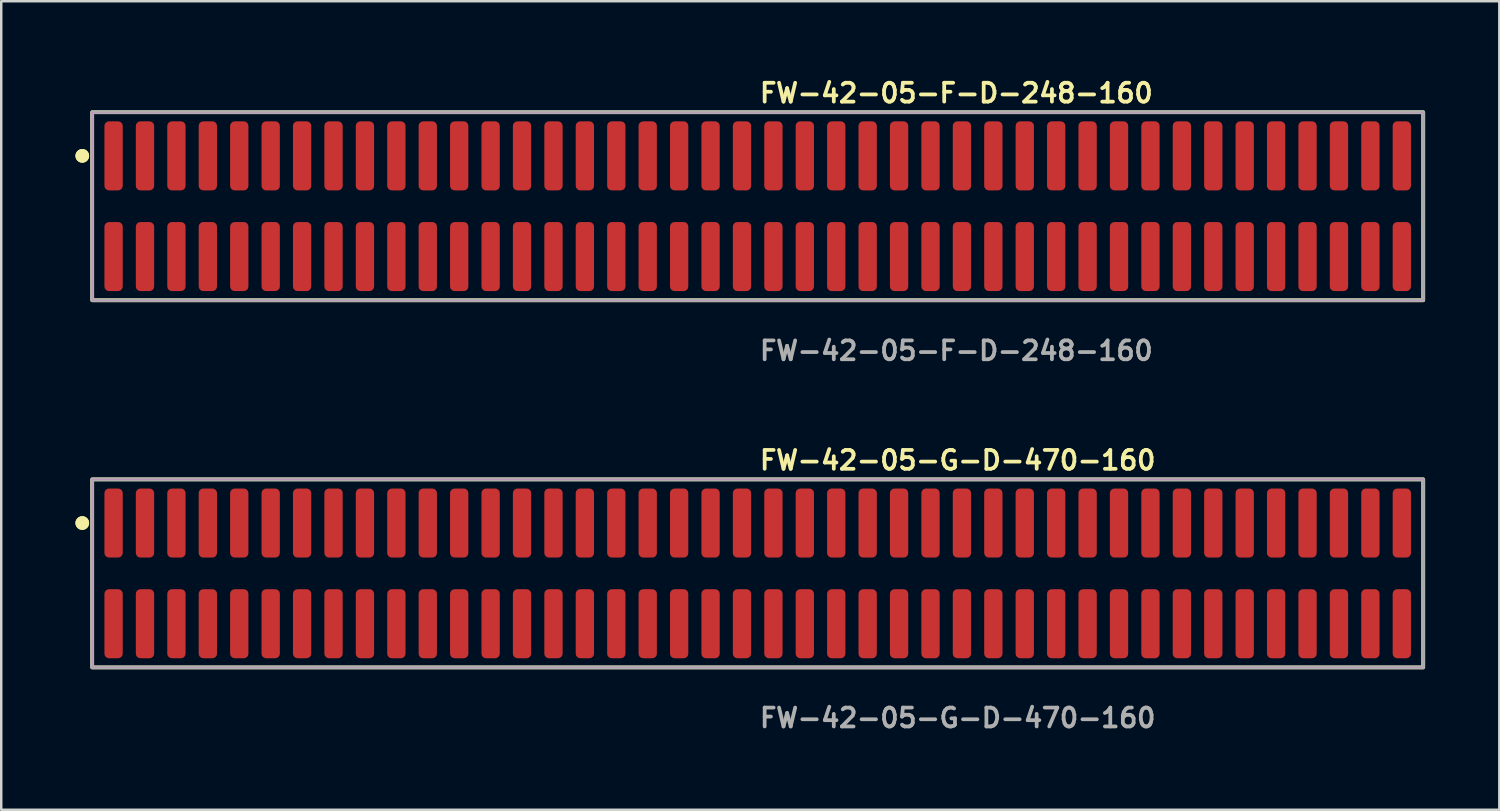
<source format=kicad_pcb>
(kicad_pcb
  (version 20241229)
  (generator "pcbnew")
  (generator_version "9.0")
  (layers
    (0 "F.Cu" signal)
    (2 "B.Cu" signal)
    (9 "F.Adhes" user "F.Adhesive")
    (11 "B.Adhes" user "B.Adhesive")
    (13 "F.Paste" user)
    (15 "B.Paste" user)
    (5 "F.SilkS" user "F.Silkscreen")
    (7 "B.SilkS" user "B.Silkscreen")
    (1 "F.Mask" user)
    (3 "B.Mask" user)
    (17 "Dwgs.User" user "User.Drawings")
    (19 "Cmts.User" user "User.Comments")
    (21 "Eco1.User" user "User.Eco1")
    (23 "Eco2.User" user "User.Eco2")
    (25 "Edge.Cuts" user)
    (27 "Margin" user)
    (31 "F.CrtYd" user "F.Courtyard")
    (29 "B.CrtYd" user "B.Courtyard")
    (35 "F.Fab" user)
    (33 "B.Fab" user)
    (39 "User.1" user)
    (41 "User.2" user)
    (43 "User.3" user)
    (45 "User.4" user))
  (footprint "FW-42-05-F-D-248-160"
    (layer "F.Cu")
    (at 27.576 5.285)
    (property "Reference" "FW-42-05-F-D-248-160" (at 0 -4.572 0) (unlocked yes) (layer "F.SilkS") (effects (font (size 0.762 0.762) (thickness 0.152)) (justify left)))
    (fp_rect (start -26.9 3.8) (end 26.9 -3.8) (stroke (width 0.152) (type solid)) (fill no) (layer "F.SilkS"))
    (fp_circle (center -27.3 -2.035) (end -27.5 -2.035) (stroke (width 0.152) (type solid)) (fill yes) (layer "F.SilkS"))
    (fp_circle (center -27.3 -2.035) (end -27.5 -2.035) (stroke (width 0.152) (type solid)) (fill yes) (layer "F.SilkS"))
    (fp_rect (start -26.9 3.8) (end 26.9 -3.8) (stroke (width 0.006) (type solid)) (fill no) (layer "F.CrtYd"))
    (fp_rect (start -26.9 3.8) (end 26.9 -3.8) (stroke (width 0.152) (type solid)) (fill no) (layer "F.Fab"))
    (fp_text user "${REFERENCE}" (at 0 5.842 0) (unlocked yes) (layer "F.Fab") (effects (font (size 0.762 0.762) (thickness 0.152)) (justify left)))
    (pad "1" smd roundrect (at -26.035 -2.035) (size 0.74 2.79) (layers "F.Cu" "F.Paste") (roundrect_rratio 0.25))
    (pad "2" smd roundrect (at -26.035 2.035) (size 0.74 2.79) (layers "F.Cu" "F.Paste") (roundrect_rratio 0.25))
    (pad "3" smd roundrect (at -24.765 -2.035) (size 0.74 2.79) (layers "F.Cu" "F.Paste") (roundrect_rratio 0.25))
    (pad "4" smd roundrect (at -24.765 2.035) (size 0.74 2.79) (layers "F.Cu" "F.Paste") (roundrect_rratio 0.25))
    (pad "5" smd roundrect (at -23.495 -2.035) (size 0.74 2.79) (layers "F.Cu" "F.Paste") (roundrect_rratio 0.25))
    (pad "6" smd roundrect (at -23.495 2.035) (size 0.74 2.79) (layers "F.Cu" "F.Paste") (roundrect_rratio 0.25))
    (pad "7" smd roundrect (at -22.225 -2.035) (size 0.74 2.79) (layers "F.Cu" "F.Paste") (roundrect_rratio 0.25))
    (pad "8" smd roundrect (at -22.225 2.035) (size 0.74 2.79) (layers "F.Cu" "F.Paste") (roundrect_rratio 0.25))
    (pad "9" smd roundrect (at -20.955 -2.035) (size 0.74 2.79) (layers "F.Cu" "F.Paste") (roundrect_rratio 0.25))
    (pad "10" smd roundrect (at -20.955 2.035) (size 0.74 2.79) (layers "F.Cu" "F.Paste") (roundrect_rratio 0.25))
    (pad "11" smd roundrect (at -19.685 -2.035) (size 0.74 2.79) (layers "F.Cu" "F.Paste") (roundrect_rratio 0.25))
    (pad "12" smd roundrect (at -19.685 2.035) (size 0.74 2.79) (layers "F.Cu" "F.Paste") (roundrect_rratio 0.25))
    (pad "13" smd roundrect (at -18.415 -2.035) (size 0.74 2.79) (layers "F.Cu" "F.Paste") (roundrect_rratio 0.25))
    (pad "14" smd roundrect (at -18.415 2.035) (size 0.74 2.79) (layers "F.Cu" "F.Paste") (roundrect_rratio 0.25))
    (pad "15" smd roundrect (at -17.145 -2.035) (size 0.74 2.79) (layers "F.Cu" "F.Paste") (roundrect_rratio 0.25))
    (pad "16" smd roundrect (at -17.145 2.035) (size 0.74 2.79) (layers "F.Cu" "F.Paste") (roundrect_rratio 0.25))
    (pad "17" smd roundrect (at -15.875 -2.035) (size 0.74 2.79) (layers "F.Cu" "F.Paste") (roundrect_rratio 0.25))
    (pad "18" smd roundrect (at -15.875 2.035) (size 0.74 2.79) (layers "F.Cu" "F.Paste") (roundrect_rratio 0.25))
    (pad "19" smd roundrect (at -14.605 -2.035) (size 0.74 2.79) (layers "F.Cu" "F.Paste") (roundrect_rratio 0.25))
    (pad "20" smd roundrect (at -14.605 2.035) (size 0.74 2.79) (layers "F.Cu" "F.Paste") (roundrect_rratio 0.25))
    (pad "21" smd roundrect (at -13.335 -2.035) (size 0.74 2.79) (layers "F.Cu" "F.Paste") (roundrect_rratio 0.25))
    (pad "22" smd roundrect (at -13.335 2.035) (size 0.74 2.79) (layers "F.Cu" "F.Paste") (roundrect_rratio 0.25))
    (pad "23" smd roundrect (at -12.065 -2.035) (size 0.74 2.79) (layers "F.Cu" "F.Paste") (roundrect_rratio 0.25))
    (pad "24" smd roundrect (at -12.065 2.035) (size 0.74 2.79) (layers "F.Cu" "F.Paste") (roundrect_rratio 0.25))
    (pad "25" smd roundrect (at -10.795 -2.035) (size 0.74 2.79) (layers "F.Cu" "F.Paste") (roundrect_rratio 0.25))
    (pad "26" smd roundrect (at -10.795 2.035) (size 0.74 2.79) (layers "F.Cu" "F.Paste") (roundrect_rratio 0.25))
    (pad "27" smd roundrect (at -9.525 -2.035) (size 0.74 2.79) (layers "F.Cu" "F.Paste") (roundrect_rratio 0.25))
    (pad "28" smd roundrect (at -9.525 2.035) (size 0.74 2.79) (layers "F.Cu" "F.Paste") (roundrect_rratio 0.25))
    (pad "29" smd roundrect (at -8.255 -2.035) (size 0.74 2.79) (layers "F.Cu" "F.Paste") (roundrect_rratio 0.25))
    (pad "30" smd roundrect (at -8.255 2.035) (size 0.74 2.79) (layers "F.Cu" "F.Paste") (roundrect_rratio 0.25))
    (pad "31" smd roundrect (at -6.985 -2.035) (size 0.74 2.79) (layers "F.Cu" "F.Paste") (roundrect_rratio 0.25))
    (pad "32" smd roundrect (at -6.985 2.035) (size 0.74 2.79) (layers "F.Cu" "F.Paste") (roundrect_rratio 0.25))
    (pad "33" smd roundrect (at -5.715 -2.035) (size 0.74 2.79) (layers "F.Cu" "F.Paste") (roundrect_rratio 0.25))
    (pad "34" smd roundrect (at -5.715 2.035) (size 0.74 2.79) (layers "F.Cu" "F.Paste") (roundrect_rratio 0.25))
    (pad "35" smd roundrect (at -4.445 -2.035) (size 0.74 2.79) (layers "F.Cu" "F.Paste") (roundrect_rratio 0.25))
    (pad "36" smd roundrect (at -4.445 2.035) (size 0.74 2.79) (layers "F.Cu" "F.Paste") (roundrect_rratio 0.25))
    (pad "37" smd roundrect (at -3.175 -2.035) (size 0.74 2.79) (layers "F.Cu" "F.Paste") (roundrect_rratio 0.25))
    (pad "38" smd roundrect (at -3.175 2.035) (size 0.74 2.79) (layers "F.Cu" "F.Paste") (roundrect_rratio 0.25))
    (pad "39" smd roundrect (at -1.905 -2.035) (size 0.74 2.79) (layers "F.Cu" "F.Paste") (roundrect_rratio 0.25))
    (pad "40" smd roundrect (at -1.905 2.035) (size 0.74 2.79) (layers "F.Cu" "F.Paste") (roundrect_rratio 0.25))
    (pad "41" smd roundrect (at -0.635 -2.035) (size 0.74 2.79) (layers "F.Cu" "F.Paste") (roundrect_rratio 0.25))
    (pad "42" smd roundrect (at -0.635 2.035) (size 0.74 2.79) (layers "F.Cu" "F.Paste") (roundrect_rratio 0.25))
    (pad "43" smd roundrect (at 0.635 -2.035) (size 0.74 2.79) (layers "F.Cu" "F.Paste") (roundrect_rratio 0.25))
    (pad "44" smd roundrect (at 0.635 2.035) (size 0.74 2.79) (layers "F.Cu" "F.Paste") (roundrect_rratio 0.25))
    (pad "45" smd roundrect (at 1.905 -2.035) (size 0.74 2.79) (layers "F.Cu" "F.Paste") (roundrect_rratio 0.25))
    (pad "46" smd roundrect (at 1.905 2.035) (size 0.74 2.79) (layers "F.Cu" "F.Paste") (roundrect_rratio 0.25))
    (pad "47" smd roundrect (at 3.175 -2.035) (size 0.74 2.79) (layers "F.Cu" "F.Paste") (roundrect_rratio 0.25))
    (pad "48" smd roundrect (at 3.175 2.035) (size 0.74 2.79) (layers "F.Cu" "F.Paste") (roundrect_rratio 0.25))
    (pad "49" smd roundrect (at 4.445 -2.035) (size 0.74 2.79) (layers "F.Cu" "F.Paste") (roundrect_rratio 0.25))
    (pad "50" smd roundrect (at 4.445 2.035) (size 0.74 2.79) (layers "F.Cu" "F.Paste") (roundrect_rratio 0.25))
    (pad "51" smd roundrect (at 5.715 -2.035) (size 0.74 2.79) (layers "F.Cu" "F.Paste") (roundrect_rratio 0.25))
    (pad "52" smd roundrect (at 5.715 2.035) (size 0.74 2.79) (layers "F.Cu" "F.Paste") (roundrect_rratio 0.25))
    (pad "53" smd roundrect (at 6.985 -2.035) (size 0.74 2.79) (layers "F.Cu" "F.Paste") (roundrect_rratio 0.25))
    (pad "54" smd roundrect (at 6.985 2.035) (size 0.74 2.79) (layers "F.Cu" "F.Paste") (roundrect_rratio 0.25))
    (pad "55" smd roundrect (at 8.255 -2.035) (size 0.74 2.79) (layers "F.Cu" "F.Paste") (roundrect_rratio 0.25))
    (pad "56" smd roundrect (at 8.255 2.035) (size 0.74 2.79) (layers "F.Cu" "F.Paste") (roundrect_rratio 0.25))
    (pad "57" smd roundrect (at 9.525 -2.035) (size 0.74 2.79) (layers "F.Cu" "F.Paste") (roundrect_rratio 0.25))
    (pad "58" smd roundrect (at 9.525 2.035) (size 0.74 2.79) (layers "F.Cu" "F.Paste") (roundrect_rratio 0.25))
    (pad "59" smd roundrect (at 10.795 -2.035) (size 0.74 2.79) (layers "F.Cu" "F.Paste") (roundrect_rratio 0.25))
    (pad "60" smd roundrect (at 10.795 2.035) (size 0.74 2.79) (layers "F.Cu" "F.Paste") (roundrect_rratio 0.25))
    (pad "61" smd roundrect (at 12.065 -2.035) (size 0.74 2.79) (layers "F.Cu" "F.Paste") (roundrect_rratio 0.25))
    (pad "62" smd roundrect (at 12.065 2.035) (size 0.74 2.79) (layers "F.Cu" "F.Paste") (roundrect_rratio 0.25))
    (pad "63" smd roundrect (at 13.335 -2.035) (size 0.74 2.79) (layers "F.Cu" "F.Paste") (roundrect_rratio 0.25))
    (pad "64" smd roundrect (at 13.335 2.035) (size 0.74 2.79) (layers "F.Cu" "F.Paste") (roundrect_rratio 0.25))
    (pad "65" smd roundrect (at 14.605 -2.035) (size 0.74 2.79) (layers "F.Cu" "F.Paste") (roundrect_rratio 0.25))
    (pad "66" smd roundrect (at 14.605 2.035) (size 0.74 2.79) (layers "F.Cu" "F.Paste") (roundrect_rratio 0.25))
    (pad "67" smd roundrect (at 15.875 -2.035) (size 0.74 2.79) (layers "F.Cu" "F.Paste") (roundrect_rratio 0.25))
    (pad "68" smd roundrect (at 15.875 2.035) (size 0.74 2.79) (layers "F.Cu" "F.Paste") (roundrect_rratio 0.25))
    (pad "69" smd roundrect (at 17.145 -2.035) (size 0.74 2.79) (layers "F.Cu" "F.Paste") (roundrect_rratio 0.25))
    (pad "70" smd roundrect (at 17.145 2.035) (size 0.74 2.79) (layers "F.Cu" "F.Paste") (roundrect_rratio 0.25))
    (pad "71" smd roundrect (at 18.415 -2.035) (size 0.74 2.79) (layers "F.Cu" "F.Paste") (roundrect_rratio 0.25))
    (pad "72" smd roundrect (at 18.415 2.035) (size 0.74 2.79) (layers "F.Cu" "F.Paste") (roundrect_rratio 0.25))
    (pad "73" smd roundrect (at 19.685 -2.035) (size 0.74 2.79) (layers "F.Cu" "F.Paste") (roundrect_rratio 0.25))
    (pad "74" smd roundrect (at 19.685 2.035) (size 0.74 2.79) (layers "F.Cu" "F.Paste") (roundrect_rratio 0.25))
    (pad "75" smd roundrect (at 20.955 -2.035) (size 0.74 2.79) (layers "F.Cu" "F.Paste") (roundrect_rratio 0.25))
    (pad "76" smd roundrect (at 20.955 2.035) (size 0.74 2.79) (layers "F.Cu" "F.Paste") (roundrect_rratio 0.25))
    (pad "77" smd roundrect (at 22.225 -2.035) (size 0.74 2.79) (layers "F.Cu" "F.Paste") (roundrect_rratio 0.25))
    (pad "78" smd roundrect (at 22.225 2.035) (size 0.74 2.79) (layers "F.Cu" "F.Paste") (roundrect_rratio 0.25))
    (pad "79" smd roundrect (at 23.495 -2.035) (size 0.74 2.79) (layers "F.Cu" "F.Paste") (roundrect_rratio 0.25))
    (pad "80" smd roundrect (at 23.495 2.035) (size 0.74 2.79) (layers "F.Cu" "F.Paste") (roundrect_rratio 0.25))
    (pad "81" smd roundrect (at 24.765 -2.035) (size 0.74 2.79) (layers "F.Cu" "F.Paste") (roundrect_rratio 0.25))
    (pad "82" smd roundrect (at 24.765 2.035) (size 0.74 2.79) (layers "F.Cu" "F.Paste") (roundrect_rratio 0.25))
    (pad "83" smd roundrect (at 26.035 -2.035) (size 0.74 2.79) (layers "F.Cu" "F.Paste") (roundrect_rratio 0.25))
    (pad "84" smd roundrect (at 26.035 2.035) (size 0.74 2.79) (layers "F.Cu" "F.Paste") (roundrect_rratio 0.25)))
  (footprint "FW-42-05-G-D-470-160"
    (layer "F.Cu")
    (at 27.576 20.126)
    (property "Reference" "FW-42-05-G-D-470-160" (at 0 -4.572 0) (unlocked yes) (layer "F.SilkS") (effects (font (size 0.762 0.762) (thickness 0.152)) (justify left)))
    (fp_rect (start -26.9 3.8) (end 26.9 -3.8) (stroke (width 0.152) (type solid)) (fill no) (layer "F.SilkS"))
    (fp_circle (center -27.3 -2.035) (end -27.5 -2.035) (stroke (width 0.152) (type solid)) (fill yes) (layer "F.SilkS"))
    (fp_circle (center -27.3 -2.035) (end -27.5 -2.035) (stroke (width 0.152) (type solid)) (fill yes) (layer "F.SilkS"))
    (fp_rect (start -26.9 3.8) (end 26.9 -3.8) (stroke (width 0.006) (type solid)) (fill no) (layer "F.CrtYd"))
    (fp_rect (start -26.9 3.8) (end 26.9 -3.8) (stroke (width 0.152) (type solid)) (fill no) (layer "F.Fab"))
    (fp_text user "${REFERENCE}" (at 0 5.842 0) (unlocked yes) (layer "F.Fab") (effects (font (size 0.762 0.762) (thickness 0.152)) (justify left)))
    (pad "1" smd roundrect (at -26.035 -2.035) (size 0.74 2.79) (layers "F.Cu" "F.Paste") (roundrect_rratio 0.25))
    (pad "2" smd roundrect (at -26.035 2.035) (size 0.74 2.79) (layers "F.Cu" "F.Paste") (roundrect_rratio 0.25))
    (pad "3" smd roundrect (at -24.765 -2.035) (size 0.74 2.79) (layers "F.Cu" "F.Paste") (roundrect_rratio 0.25))
    (pad "4" smd roundrect (at -24.765 2.035) (size 0.74 2.79) (layers "F.Cu" "F.Paste") (roundrect_rratio 0.25))
    (pad "5" smd roundrect (at -23.495 -2.035) (size 0.74 2.79) (layers "F.Cu" "F.Paste") (roundrect_rratio 0.25))
    (pad "6" smd roundrect (at -23.495 2.035) (size 0.74 2.79) (layers "F.Cu" "F.Paste") (roundrect_rratio 0.25))
    (pad "7" smd roundrect (at -22.225 -2.035) (size 0.74 2.79) (layers "F.Cu" "F.Paste") (roundrect_rratio 0.25))
    (pad "8" smd roundrect (at -22.225 2.035) (size 0.74 2.79) (layers "F.Cu" "F.Paste") (roundrect_rratio 0.25))
    (pad "9" smd roundrect (at -20.955 -2.035) (size 0.74 2.79) (layers "F.Cu" "F.Paste") (roundrect_rratio 0.25))
    (pad "10" smd roundrect (at -20.955 2.035) (size 0.74 2.79) (layers "F.Cu" "F.Paste") (roundrect_rratio 0.25))
    (pad "11" smd roundrect (at -19.685 -2.035) (size 0.74 2.79) (layers "F.Cu" "F.Paste") (roundrect_rratio 0.25))
    (pad "12" smd roundrect (at -19.685 2.035) (size 0.74 2.79) (layers "F.Cu" "F.Paste") (roundrect_rratio 0.25))
    (pad "13" smd roundrect (at -18.415 -2.035) (size 0.74 2.79) (layers "F.Cu" "F.Paste") (roundrect_rratio 0.25))
    (pad "14" smd roundrect (at -18.415 2.035) (size 0.74 2.79) (layers "F.Cu" "F.Paste") (roundrect_rratio 0.25))
    (pad "15" smd roundrect (at -17.145 -2.035) (size 0.74 2.79) (layers "F.Cu" "F.Paste") (roundrect_rratio 0.25))
    (pad "16" smd roundrect (at -17.145 2.035) (size 0.74 2.79) (layers "F.Cu" "F.Paste") (roundrect_rratio 0.25))
    (pad "17" smd roundrect (at -15.875 -2.035) (size 0.74 2.79) (layers "F.Cu" "F.Paste") (roundrect_rratio 0.25))
    (pad "18" smd roundrect (at -15.875 2.035) (size 0.74 2.79) (layers "F.Cu" "F.Paste") (roundrect_rratio 0.25))
    (pad "19" smd roundrect (at -14.605 -2.035) (size 0.74 2.79) (layers "F.Cu" "F.Paste") (roundrect_rratio 0.25))
    (pad "20" smd roundrect (at -14.605 2.035) (size 0.74 2.79) (layers "F.Cu" "F.Paste") (roundrect_rratio 0.25))
    (pad "21" smd roundrect (at -13.335 -2.035) (size 0.74 2.79) (layers "F.Cu" "F.Paste") (roundrect_rratio 0.25))
    (pad "22" smd roundrect (at -13.335 2.035) (size 0.74 2.79) (layers "F.Cu" "F.Paste") (roundrect_rratio 0.25))
    (pad "23" smd roundrect (at -12.065 -2.035) (size 0.74 2.79) (layers "F.Cu" "F.Paste") (roundrect_rratio 0.25))
    (pad "24" smd roundrect (at -12.065 2.035) (size 0.74 2.79) (layers "F.Cu" "F.Paste") (roundrect_rratio 0.25))
    (pad "25" smd roundrect (at -10.795 -2.035) (size 0.74 2.79) (layers "F.Cu" "F.Paste") (roundrect_rratio 0.25))
    (pad "26" smd roundrect (at -10.795 2.035) (size 0.74 2.79) (layers "F.Cu" "F.Paste") (roundrect_rratio 0.25))
    (pad "27" smd roundrect (at -9.525 -2.035) (size 0.74 2.79) (layers "F.Cu" "F.Paste") (roundrect_rratio 0.25))
    (pad "28" smd roundrect (at -9.525 2.035) (size 0.74 2.79) (layers "F.Cu" "F.Paste") (roundrect_rratio 0.25))
    (pad "29" smd roundrect (at -8.255 -2.035) (size 0.74 2.79) (layers "F.Cu" "F.Paste") (roundrect_rratio 0.25))
    (pad "30" smd roundrect (at -8.255 2.035) (size 0.74 2.79) (layers "F.Cu" "F.Paste") (roundrect_rratio 0.25))
    (pad "31" smd roundrect (at -6.985 -2.035) (size 0.74 2.79) (layers "F.Cu" "F.Paste") (roundrect_rratio 0.25))
    (pad "32" smd roundrect (at -6.985 2.035) (size 0.74 2.79) (layers "F.Cu" "F.Paste") (roundrect_rratio 0.25))
    (pad "33" smd roundrect (at -5.715 -2.035) (size 0.74 2.79) (layers "F.Cu" "F.Paste") (roundrect_rratio 0.25))
    (pad "34" smd roundrect (at -5.715 2.035) (size 0.74 2.79) (layers "F.Cu" "F.Paste") (roundrect_rratio 0.25))
    (pad "35" smd roundrect (at -4.445 -2.035) (size 0.74 2.79) (layers "F.Cu" "F.Paste") (roundrect_rratio 0.25))
    (pad "36" smd roundrect (at -4.445 2.035) (size 0.74 2.79) (layers "F.Cu" "F.Paste") (roundrect_rratio 0.25))
    (pad "37" smd roundrect (at -3.175 -2.035) (size 0.74 2.79) (layers "F.Cu" "F.Paste") (roundrect_rratio 0.25))
    (pad "38" smd roundrect (at -3.175 2.035) (size 0.74 2.79) (layers "F.Cu" "F.Paste") (roundrect_rratio 0.25))
    (pad "39" smd roundrect (at -1.905 -2.035) (size 0.74 2.79) (layers "F.Cu" "F.Paste") (roundrect_rratio 0.25))
    (pad "40" smd roundrect (at -1.905 2.035) (size 0.74 2.79) (layers "F.Cu" "F.Paste") (roundrect_rratio 0.25))
    (pad "41" smd roundrect (at -0.635 -2.035) (size 0.74 2.79) (layers "F.Cu" "F.Paste") (roundrect_rratio 0.25))
    (pad "42" smd roundrect (at -0.635 2.035) (size 0.74 2.79) (layers "F.Cu" "F.Paste") (roundrect_rratio 0.25))
    (pad "43" smd roundrect (at 0.635 -2.035) (size 0.74 2.79) (layers "F.Cu" "F.Paste") (roundrect_rratio 0.25))
    (pad "44" smd roundrect (at 0.635 2.035) (size 0.74 2.79) (layers "F.Cu" "F.Paste") (roundrect_rratio 0.25))
    (pad "45" smd roundrect (at 1.905 -2.035) (size 0.74 2.79) (layers "F.Cu" "F.Paste") (roundrect_rratio 0.25))
    (pad "46" smd roundrect (at 1.905 2.035) (size 0.74 2.79) (layers "F.Cu" "F.Paste") (roundrect_rratio 0.25))
    (pad "47" smd roundrect (at 3.175 -2.035) (size 0.74 2.79) (layers "F.Cu" "F.Paste") (roundrect_rratio 0.25))
    (pad "48" smd roundrect (at 3.175 2.035) (size 0.74 2.79) (layers "F.Cu" "F.Paste") (roundrect_rratio 0.25))
    (pad "49" smd roundrect (at 4.445 -2.035) (size 0.74 2.79) (layers "F.Cu" "F.Paste") (roundrect_rratio 0.25))
    (pad "50" smd roundrect (at 4.445 2.035) (size 0.74 2.79) (layers "F.Cu" "F.Paste") (roundrect_rratio 0.25))
    (pad "51" smd roundrect (at 5.715 -2.035) (size 0.74 2.79) (layers "F.Cu" "F.Paste") (roundrect_rratio 0.25))
    (pad "52" smd roundrect (at 5.715 2.035) (size 0.74 2.79) (layers "F.Cu" "F.Paste") (roundrect_rratio 0.25))
    (pad "53" smd roundrect (at 6.985 -2.035) (size 0.74 2.79) (layers "F.Cu" "F.Paste") (roundrect_rratio 0.25))
    (pad "54" smd roundrect (at 6.985 2.035) (size 0.74 2.79) (layers "F.Cu" "F.Paste") (roundrect_rratio 0.25))
    (pad "55" smd roundrect (at 8.255 -2.035) (size 0.74 2.79) (layers "F.Cu" "F.Paste") (roundrect_rratio 0.25))
    (pad "56" smd roundrect (at 8.255 2.035) (size 0.74 2.79) (layers "F.Cu" "F.Paste") (roundrect_rratio 0.25))
    (pad "57" smd roundrect (at 9.525 -2.035) (size 0.74 2.79) (layers "F.Cu" "F.Paste") (roundrect_rratio 0.25))
    (pad "58" smd roundrect (at 9.525 2.035) (size 0.74 2.79) (layers "F.Cu" "F.Paste") (roundrect_rratio 0.25))
    (pad "59" smd roundrect (at 10.795 -2.035) (size 0.74 2.79) (layers "F.Cu" "F.Paste") (roundrect_rratio 0.25))
    (pad "60" smd roundrect (at 10.795 2.035) (size 0.74 2.79) (layers "F.Cu" "F.Paste") (roundrect_rratio 0.25))
    (pad "61" smd roundrect (at 12.065 -2.035) (size 0.74 2.79) (layers "F.Cu" "F.Paste") (roundrect_rratio 0.25))
    (pad "62" smd roundrect (at 12.065 2.035) (size 0.74 2.79) (layers "F.Cu" "F.Paste") (roundrect_rratio 0.25))
    (pad "63" smd roundrect (at 13.335 -2.035) (size 0.74 2.79) (layers "F.Cu" "F.Paste") (roundrect_rratio 0.25))
    (pad "64" smd roundrect (at 13.335 2.035) (size 0.74 2.79) (layers "F.Cu" "F.Paste") (roundrect_rratio 0.25))
    (pad "65" smd roundrect (at 14.605 -2.035) (size 0.74 2.79) (layers "F.Cu" "F.Paste") (roundrect_rratio 0.25))
    (pad "66" smd roundrect (at 14.605 2.035) (size 0.74 2.79) (layers "F.Cu" "F.Paste") (roundrect_rratio 0.25))
    (pad "67" smd roundrect (at 15.875 -2.035) (size 0.74 2.79) (layers "F.Cu" "F.Paste") (roundrect_rratio 0.25))
    (pad "68" smd roundrect (at 15.875 2.035) (size 0.74 2.79) (layers "F.Cu" "F.Paste") (roundrect_rratio 0.25))
    (pad "69" smd roundrect (at 17.145 -2.035) (size 0.74 2.79) (layers "F.Cu" "F.Paste") (roundrect_rratio 0.25))
    (pad "70" smd roundrect (at 17.145 2.035) (size 0.74 2.79) (layers "F.Cu" "F.Paste") (roundrect_rratio 0.25))
    (pad "71" smd roundrect (at 18.415 -2.035) (size 0.74 2.79) (layers "F.Cu" "F.Paste") (roundrect_rratio 0.25))
    (pad "72" smd roundrect (at 18.415 2.035) (size 0.74 2.79) (layers "F.Cu" "F.Paste") (roundrect_rratio 0.25))
    (pad "73" smd roundrect (at 19.685 -2.035) (size 0.74 2.79) (layers "F.Cu" "F.Paste") (roundrect_rratio 0.25))
    (pad "74" smd roundrect (at 19.685 2.035) (size 0.74 2.79) (layers "F.Cu" "F.Paste") (roundrect_rratio 0.25))
    (pad "75" smd roundrect (at 20.955 -2.035) (size 0.74 2.79) (layers "F.Cu" "F.Paste") (roundrect_rratio 0.25))
    (pad "76" smd roundrect (at 20.955 2.035) (size 0.74 2.79) (layers "F.Cu" "F.Paste") (roundrect_rratio 0.25))
    (pad "77" smd roundrect (at 22.225 -2.035) (size 0.74 2.79) (layers "F.Cu" "F.Paste") (roundrect_rratio 0.25))
    (pad "78" smd roundrect (at 22.225 2.035) (size 0.74 2.79) (layers "F.Cu" "F.Paste") (roundrect_rratio 0.25))
    (pad "79" smd roundrect (at 23.495 -2.035) (size 0.74 2.79) (layers "F.Cu" "F.Paste") (roundrect_rratio 0.25))
    (pad "80" smd roundrect (at 23.495 2.035) (size 0.74 2.79) (layers "F.Cu" "F.Paste") (roundrect_rratio 0.25))
    (pad "81" smd roundrect (at 24.765 -2.035) (size 0.74 2.79) (layers "F.Cu" "F.Paste") (roundrect_rratio 0.25))
    (pad "82" smd roundrect (at 24.765 2.035) (size 0.74 2.79) (layers "F.Cu" "F.Paste") (roundrect_rratio 0.25))
    (pad "83" smd roundrect (at 26.035 -2.035) (size 0.74 2.79) (layers "F.Cu" "F.Paste") (roundrect_rratio 0.25))
    (pad "84" smd roundrect (at 26.035 2.035) (size 0.74 2.79) (layers "F.Cu" "F.Paste") (roundrect_rratio 0.25)))
  (gr_rect
    (start -3 -3)
    (end 57.552 29.681)
    (stroke (width 0.1) (type default))
    (fill no)
    (layer "Edge.Cuts")))
</source>
